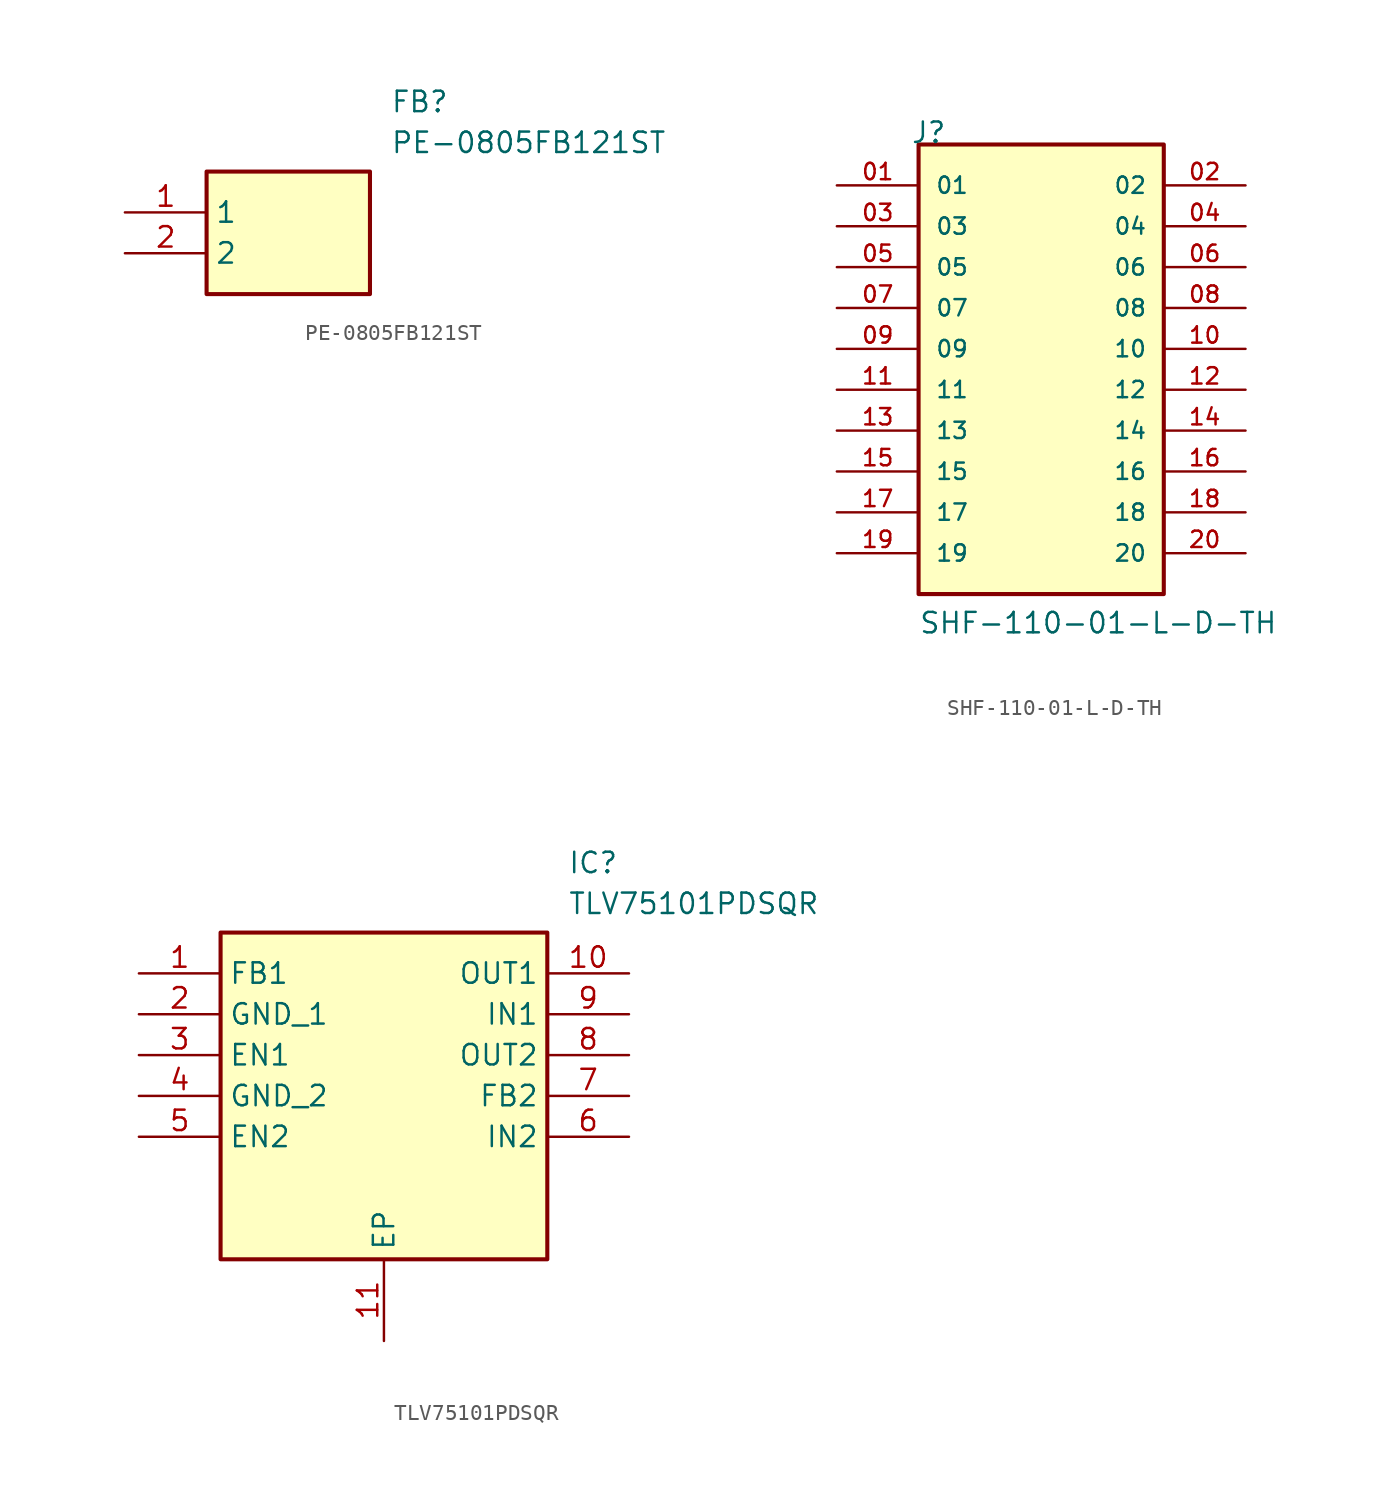
<source format=kicad_sym>
(kicad_symbol_lib
  (version 20241209)
  (generator "kicad_symbol_editor")
  (generator_version "9.0")
  (symbol "PE-0805FB121ST"
    (property "Reference" "FB"
      (at 16.51 7.62 0)
      (effects (font (size 1.27 1.27)) (justify left top)))
    (property "Value" "PE-0805FB121ST"
      (at 16.51 5.08 0)
      (effects (font (size 1.27 1.27)) (justify left top)))
    (symbol "PE-0805FB121ST_1_1"
      (rectangle (start 5.08 2.54) (end 15.24 -5.08) (stroke (width 0.254) (type default)) (fill (type background)))
      (pin passive line (at 0 0 0) (length 5.08) (name "1" (effects (font (size 1.27 1.27)))) (number "1" (effects (font (size 1.27 1.27)))))
      (pin passive line (at 0 -2.54 0) (length 5.08) (name "2" (effects (font (size 1.27 1.27)))) (number "2" (effects (font (size 1.27 1.27)))))))
  (symbol "SHF-110-01-L-D-TH"
    (pin_names
      (offset 1.016))
    (property "Reference" "J"
      (at -8.12 15.24 0)
      (effects (font (size 1.27 1.27)) (justify left bottom)))
    (property "Value" "SHF-110-01-L-D-TH"
      (at -7.62 -15.24 0)
      (effects (font (size 1.27 1.27)) (justify left bottom)))
    (symbol "SHF-110-01-L-D-TH_0_0"
      (rectangle (start -7.62 15.24) (end 7.62 -12.7) (stroke (width 0.254) (type default)) (fill (type background)))
      (pin passive line (at -12.7 12.7 0) (length 5.08) (name "01" (effects (font (size 1.016 1.016)))) (number "01" (effects (font (size 1.016 1.016)))))
      (pin passive line (at -12.7 10.16 0) (length 5.08) (name "03" (effects (font (size 1.016 1.016)))) (number "03" (effects (font (size 1.016 1.016)))))
      (pin passive line (at -12.7 7.62 0) (length 5.08) (name "05" (effects (font (size 1.016 1.016)))) (number "05" (effects (font (size 1.016 1.016)))))
      (pin passive line (at -12.7 5.08 0) (length 5.08) (name "07" (effects (font (size 1.016 1.016)))) (number "07" (effects (font (size 1.016 1.016)))))
      (pin passive line (at -12.7 2.54 0) (length 5.08) (name "09" (effects (font (size 1.016 1.016)))) (number "09" (effects (font (size 1.016 1.016)))))
      (pin passive line (at -12.7 0 0) (length 5.08) (name "11" (effects (font (size 1.016 1.016)))) (number "11" (effects (font (size 1.016 1.016)))))
      (pin passive line (at -12.7 -2.54 0) (length 5.08) (name "13" (effects (font (size 1.016 1.016)))) (number "13" (effects (font (size 1.016 1.016)))))
      (pin passive line (at -12.7 -5.08 0) (length 5.08) (name "15" (effects (font (size 1.016 1.016)))) (number "15" (effects (font (size 1.016 1.016)))))
      (pin passive line (at -12.7 -7.62 0) (length 5.08) (name "17" (effects (font (size 1.016 1.016)))) (number "17" (effects (font (size 1.016 1.016)))))
      (pin passive line (at -12.7 -10.16 0) (length 5.08) (name "19" (effects (font (size 1.016 1.016)))) (number "19" (effects (font (size 1.016 1.016)))))
      (pin passive line (at 12.7 12.7 180) (length 5.08) (name "02" (effects (font (size 1.016 1.016)))) (number "02" (effects (font (size 1.016 1.016)))))
      (pin passive line (at 12.7 10.16 180) (length 5.08) (name "04" (effects (font (size 1.016 1.016)))) (number "04" (effects (font (size 1.016 1.016)))))
      (pin passive line (at 12.7 7.62 180) (length 5.08) (name "06" (effects (font (size 1.016 1.016)))) (number "06" (effects (font (size 1.016 1.016)))))
      (pin passive line (at 12.7 5.08 180) (length 5.08) (name "08" (effects (font (size 1.016 1.016)))) (number "08" (effects (font (size 1.016 1.016)))))
      (pin passive line (at 12.7 2.54 180) (length 5.08) (name "10" (effects (font (size 1.016 1.016)))) (number "10" (effects (font (size 1.016 1.016)))))
      (pin passive line (at 12.7 0 180) (length 5.08) (name "12" (effects (font (size 1.016 1.016)))) (number "12" (effects (font (size 1.016 1.016)))))
      (pin passive line (at 12.7 -2.54 180) (length 5.08) (name "14" (effects (font (size 1.016 1.016)))) (number "14" (effects (font (size 1.016 1.016)))))
      (pin passive line (at 12.7 -5.08 180) (length 5.08) (name "16" (effects (font (size 1.016 1.016)))) (number "16" (effects (font (size 1.016 1.016)))))
      (pin passive line (at 12.7 -7.62 180) (length 5.08) (name "18" (effects (font (size 1.016 1.016)))) (number "18" (effects (font (size 1.016 1.016)))))
      (pin passive line (at 12.7 -10.16 180) (length 5.08) (name "20" (effects (font (size 1.016 1.016)))) (number "20" (effects (font (size 1.016 1.016)))))))
  (symbol "TLV75101PDSQR"
    (property "Reference" "IC"
      (at 26.67 7.62 0)
      (effects (font (size 1.27 1.27)) (justify left top)))
    (property "Value" "TLV75101PDSQR"
      (at 26.67 5.08 0)
      (effects (font (size 1.27 1.27)) (justify left top)))
    (symbol "TLV75101PDSQR_1_1"
      (rectangle (start 5.08 2.54) (end 25.4 -17.78) (stroke (width 0.254) (type default)) (fill (type background)))
      (pin passive line (at 0 0 0) (length 5.08) (name "FB1" (effects (font (size 1.27 1.27)))) (number "1" (effects (font (size 1.27 1.27)))))
      (pin passive line (at 0 -2.54 0) (length 5.08) (name "GND_1" (effects (font (size 1.27 1.27)))) (number "2" (effects (font (size 1.27 1.27)))))
      (pin passive line (at 0 -5.08 0) (length 5.08) (name "EN1" (effects (font (size 1.27 1.27)))) (number "3" (effects (font (size 1.27 1.27)))))
      (pin passive line (at 0 -7.62 0) (length 5.08) (name "GND_2" (effects (font (size 1.27 1.27)))) (number "4" (effects (font (size 1.27 1.27)))))
      (pin passive line (at 0 -10.16 0) (length 5.08) (name "EN2" (effects (font (size 1.27 1.27)))) (number "5" (effects (font (size 1.27 1.27)))))
      (pin passive line (at 15.24 -22.86 90) (length 5.08) (name "EP" (effects (font (size 1.27 1.27)))) (number "11" (effects (font (size 1.27 1.27)))))
      (pin passive line (at 30.48 0 180) (length 5.08) (name "OUT1" (effects (font (size 1.27 1.27)))) (number "10" (effects (font (size 1.27 1.27)))))
      (pin passive line (at 30.48 -2.54 180) (length 5.08) (name "IN1" (effects (font (size 1.27 1.27)))) (number "9" (effects (font (size 1.27 1.27)))))
      (pin passive line (at 30.48 -5.08 180) (length 5.08) (name "OUT2" (effects (font (size 1.27 1.27)))) (number "8" (effects (font (size 1.27 1.27)))))
      (pin passive line (at 30.48 -7.62 180) (length 5.08) (name "FB2" (effects (font (size 1.27 1.27)))) (number "7" (effects (font (size 1.27 1.27)))))
      (pin passive line (at 30.48 -10.16 180) (length 5.08) (name "IN2" (effects (font (size 1.27 1.27)))) (number "6" (effects (font (size 1.27 1.27))))))))
</source>
